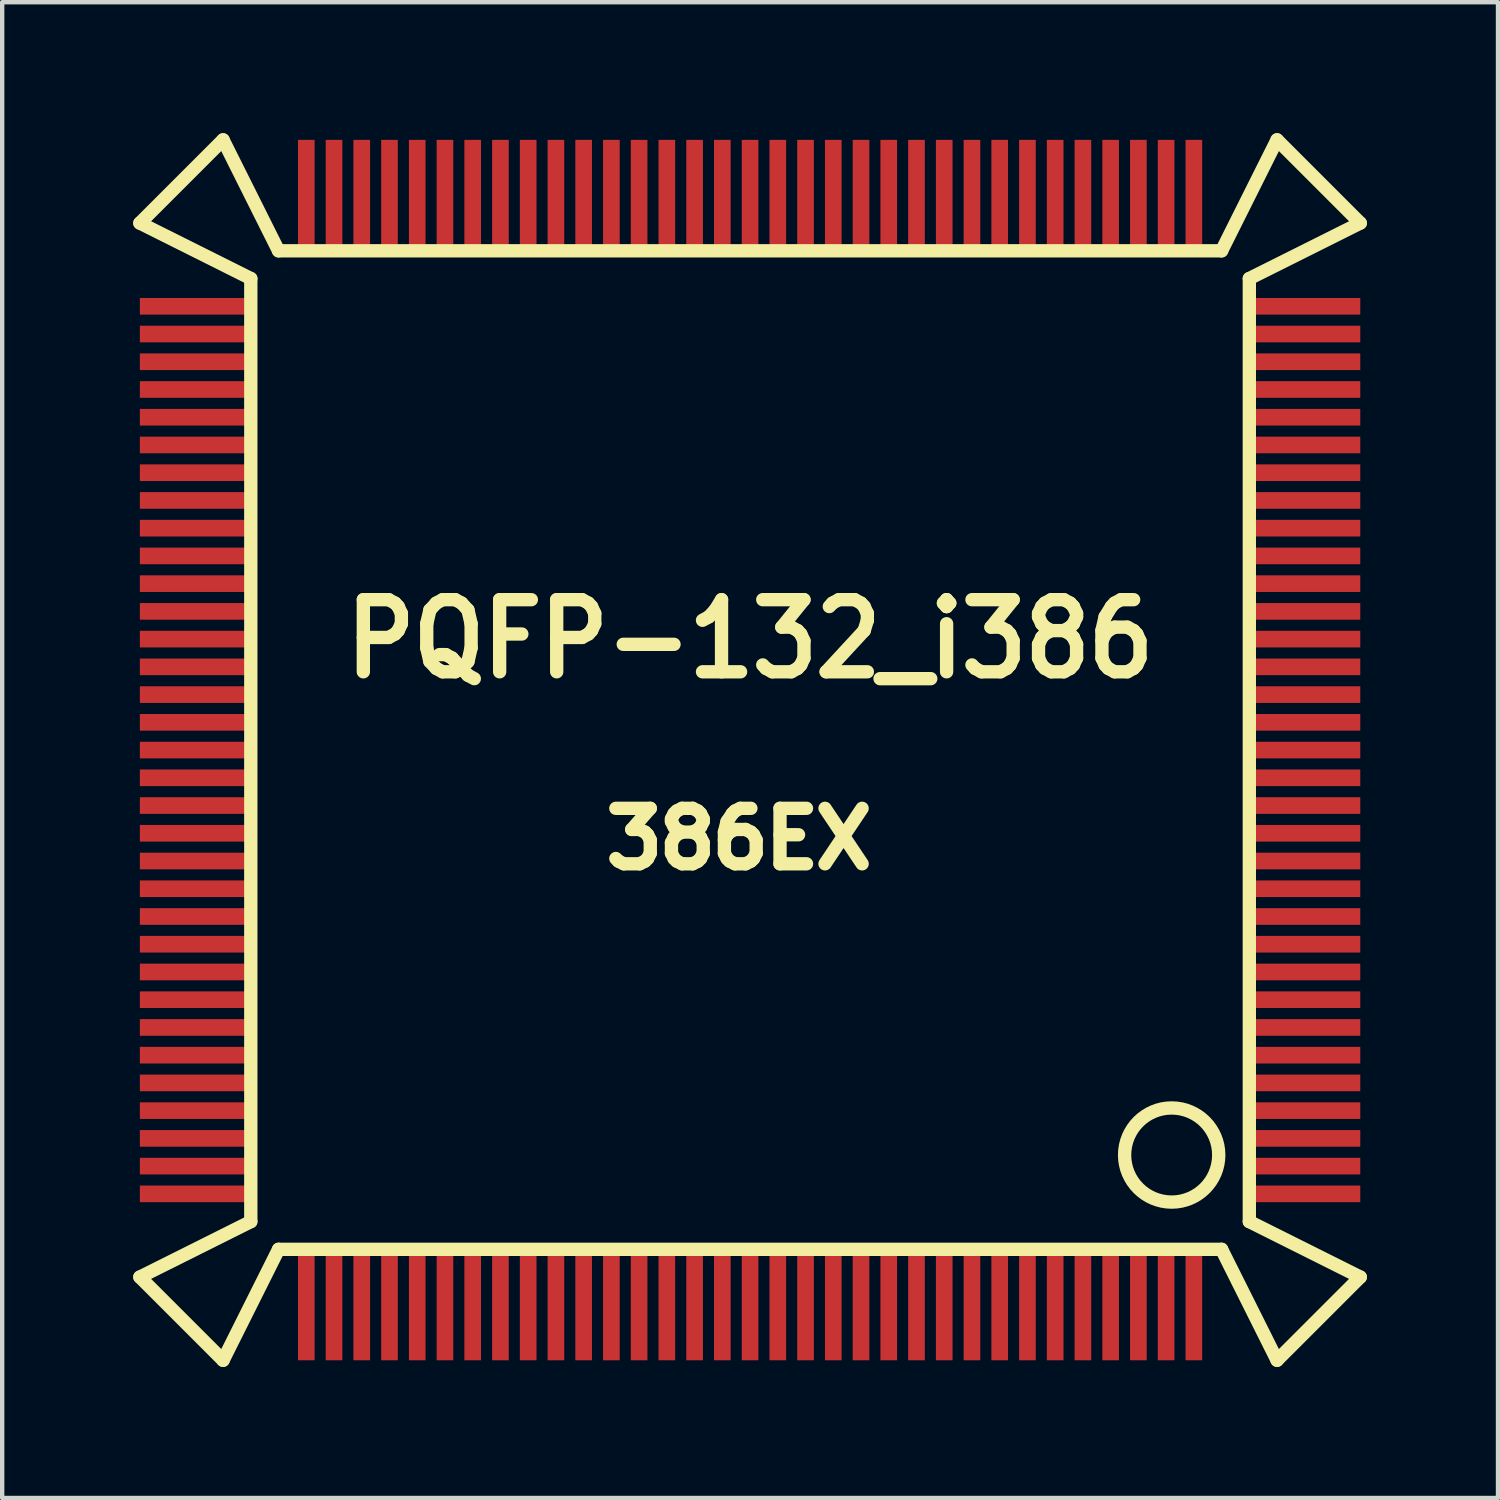
<source format=kicad_pcb>
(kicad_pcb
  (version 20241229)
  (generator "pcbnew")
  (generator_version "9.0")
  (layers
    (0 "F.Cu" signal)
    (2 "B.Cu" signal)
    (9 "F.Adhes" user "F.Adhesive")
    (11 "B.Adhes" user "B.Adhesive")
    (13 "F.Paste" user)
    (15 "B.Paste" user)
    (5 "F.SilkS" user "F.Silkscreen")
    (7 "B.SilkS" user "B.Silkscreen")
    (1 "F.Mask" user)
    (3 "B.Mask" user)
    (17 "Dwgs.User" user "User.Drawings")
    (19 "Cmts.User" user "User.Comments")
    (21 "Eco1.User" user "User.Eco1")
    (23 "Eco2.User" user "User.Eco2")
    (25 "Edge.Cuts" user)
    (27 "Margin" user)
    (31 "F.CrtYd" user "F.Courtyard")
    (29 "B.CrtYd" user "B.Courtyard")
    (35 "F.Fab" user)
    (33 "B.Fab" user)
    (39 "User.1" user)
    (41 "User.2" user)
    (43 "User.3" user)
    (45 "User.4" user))
  (footprint "PQFP-132_i386"
    (layer "F.Cu")
    (at 14.122 14.122)
    (property "Reference" "PQFP-132_i386" (at 0 -2.54 0) (layer "F.SilkS") (effects (font (size 1.651 1.524) (thickness 0.305))))
    (attr smd)
    (fp_line (start -13.97 -12.065) (end -11.43 -10.795) (stroke (width 0.305) (type solid)) (layer "F.SilkS"))
    (fp_line (start -13.97 12.065) (end -12.065 13.97) (stroke (width 0.305) (type solid)) (layer "F.SilkS"))
    (fp_line (start -12.065 -13.97) (end -13.97 -12.065) (stroke (width 0.305) (type solid)) (layer "F.SilkS"))
    (fp_line (start -12.065 13.97) (end -10.795 11.43) (stroke (width 0.305) (type solid)) (layer "F.SilkS"))
    (fp_line (start -11.43 -10.795) (end -11.43 10.795) (stroke (width 0.305) (type solid)) (layer "F.SilkS"))
    (fp_line (start -11.43 10.795) (end -13.97 12.065) (stroke (width 0.305) (type solid)) (layer "F.SilkS"))
    (fp_line (start -10.795 -11.43) (end -12.065 -13.97) (stroke (width 0.305) (type solid)) (layer "F.SilkS"))
    (fp_line (start -10.795 11.43) (end 10.795 11.43) (stroke (width 0.305) (type solid)) (layer "F.SilkS"))
    (fp_line (start 10.795 -11.43) (end -10.795 -11.43) (stroke (width 0.305) (type solid)) (layer "F.SilkS"))
    (fp_line (start 10.795 11.43) (end 12.065 13.97) (stroke (width 0.305) (type solid)) (layer "F.SilkS"))
    (fp_line (start 11.43 -10.795) (end 13.97 -12.065) (stroke (width 0.305) (type solid)) (layer "F.SilkS"))
    (fp_line (start 11.43 10.795) (end 11.43 -10.795) (stroke (width 0.305) (type solid)) (layer "F.SilkS"))
    (fp_line (start 12.065 -13.97) (end 10.795 -11.43) (stroke (width 0.305) (type solid)) (layer "F.SilkS"))
    (fp_line (start 12.065 13.97) (end 13.97 12.065) (stroke (width 0.305) (type solid)) (layer "F.SilkS"))
    (fp_line (start 13.97 -12.065) (end 12.065 -13.97) (stroke (width 0.305) (type solid)) (layer "F.SilkS"))
    (fp_line (start 13.97 12.065) (end 11.43 10.795) (stroke (width 0.305) (type solid)) (layer "F.SilkS"))
    (fp_circle (center 9.652 9.271) (end 10.414 10.033) (stroke (width 0.305) (type solid)) (fill no) (layer "F.SilkS"))
    (fp_text user "386EX" (at -0.254 2.032 0) (layer "F.SilkS") (effects (font (size 1.27 1.273) (thickness 0.305))))
    (pad "1" smd rect (at 12.7 10.16) (size 2.54 0.381) (layers "F.Cu" "F.Mask" "F.Paste"))
    (pad "2" smd rect (at 12.7 9.525) (size 2.54 0.381) (layers "F.Cu" "F.Mask" "F.Paste"))
    (pad "3" smd rect (at 12.7 8.89) (size 2.54 0.381) (layers "F.Cu" "F.Mask" "F.Paste"))
    (pad "4" smd rect (at 12.7 8.255) (size 2.54 0.381) (layers "F.Cu" "F.Mask" "F.Paste"))
    (pad "5" smd rect (at 12.7 7.62) (size 2.54 0.381) (layers "F.Cu" "F.Mask" "F.Paste"))
    (pad "6" smd rect (at 12.7 6.985) (size 2.54 0.381) (layers "F.Cu" "F.Mask" "F.Paste"))
    (pad "7" smd rect (at 12.7 6.35) (size 2.54 0.381) (layers "F.Cu" "F.Mask" "F.Paste"))
    (pad "8" smd rect (at 12.7 5.715) (size 2.54 0.381) (layers "F.Cu" "F.Mask" "F.Paste"))
    (pad "9" smd rect (at 12.7 5.08) (size 2.54 0.381) (layers "F.Cu" "F.Mask" "F.Paste"))
    (pad "10" smd rect (at 12.7 4.445) (size 2.54 0.381) (layers "F.Cu" "F.Mask" "F.Paste"))
    (pad "11" smd rect (at 12.7 3.81) (size 2.54 0.381) (layers "F.Cu" "F.Mask" "F.Paste"))
    (pad "12" smd rect (at 12.7 3.175) (size 2.54 0.381) (layers "F.Cu" "F.Mask" "F.Paste"))
    (pad "13" smd rect (at 12.7 2.54) (size 2.54 0.381) (layers "F.Cu" "F.Mask" "F.Paste"))
    (pad "14" smd rect (at 12.7 1.905) (size 2.54 0.381) (layers "F.Cu" "F.Mask" "F.Paste"))
    (pad "15" smd rect (at 12.7 1.27) (size 2.54 0.381) (layers "F.Cu" "F.Mask" "F.Paste"))
    (pad "16" smd rect (at 12.7 0.635) (size 2.54 0.381) (layers "F.Cu" "F.Mask" "F.Paste"))
    (pad "17" smd rect (at 12.7 0) (size 2.54 0.381) (layers "F.Cu" "F.Mask" "F.Paste"))
    (pad "18" smd rect (at 12.7 -0.635) (size 2.54 0.381) (layers "F.Cu" "F.Mask" "F.Paste"))
    (pad "19" smd rect (at 12.7 -1.27) (size 2.54 0.381) (layers "F.Cu" "F.Mask" "F.Paste"))
    (pad "20" smd rect (at 12.7 -1.905) (size 2.54 0.381) (layers "F.Cu" "F.Mask" "F.Paste"))
    (pad "21" smd rect (at 12.7 -2.54) (size 2.54 0.381) (layers "F.Cu" "F.Mask" "F.Paste"))
    (pad "22" smd rect (at 12.7 -3.175) (size 2.54 0.381) (layers "F.Cu" "F.Mask" "F.Paste"))
    (pad "23" smd rect (at 12.7 -3.81) (size 2.54 0.381) (layers "F.Cu" "F.Mask" "F.Paste"))
    (pad "24" smd rect (at 12.7 -4.445) (size 2.54 0.381) (layers "F.Cu" "F.Mask" "F.Paste"))
    (pad "25" smd rect (at 12.7 -5.08) (size 2.54 0.381) (layers "F.Cu" "F.Mask" "F.Paste"))
    (pad "26" smd rect (at 12.7 -5.715) (size 2.54 0.381) (layers "F.Cu" "F.Mask" "F.Paste"))
    (pad "27" smd rect (at 12.7 -6.35) (size 2.54 0.381) (layers "F.Cu" "F.Mask" "F.Paste"))
    (pad "28" smd rect (at 12.7 -6.985) (size 2.54 0.381) (layers "F.Cu" "F.Mask" "F.Paste"))
    (pad "29" smd rect (at 12.7 -7.62) (size 2.54 0.381) (layers "F.Cu" "F.Mask" "F.Paste"))
    (pad "30" smd rect (at 12.7 -8.255) (size 2.54 0.381) (layers "F.Cu" "F.Mask" "F.Paste"))
    (pad "31" smd rect (at 12.7 -8.89) (size 2.54 0.381) (layers "F.Cu" "F.Mask" "F.Paste"))
    (pad "32" smd rect (at 12.7 -9.525) (size 2.54 0.381) (layers "F.Cu" "F.Mask" "F.Paste"))
    (pad "33" smd rect (at 12.7 -10.16) (size 2.54 0.381) (layers "F.Cu" "F.Mask" "F.Paste"))
    (pad "34" smd rect (at 10.16 -12.7) (size 0.381 2.54) (layers "F.Cu" "F.Mask" "F.Paste"))
    (pad "35" smd rect (at 9.525 -12.7) (size 0.381 2.54) (layers "F.Cu" "F.Mask" "F.Paste"))
    (pad "36" smd rect (at 8.89 -12.7) (size 0.381 2.54) (layers "F.Cu" "F.Mask" "F.Paste"))
    (pad "37" smd rect (at 8.255 -12.7) (size 0.381 2.54) (layers "F.Cu" "F.Mask" "F.Paste"))
    (pad "38" smd rect (at 7.62 -12.7) (size 0.381 2.54) (layers "F.Cu" "F.Mask" "F.Paste"))
    (pad "39" smd rect (at 6.985 -12.7) (size 0.381 2.54) (layers "F.Cu" "F.Mask" "F.Paste"))
    (pad "40" smd rect (at 6.35 -12.7) (size 0.381 2.54) (layers "F.Cu" "F.Mask" "F.Paste"))
    (pad "41" smd rect (at 5.715 -12.7) (size 0.381 2.54) (layers "F.Cu" "F.Mask" "F.Paste"))
    (pad "42" smd rect (at 5.08 -12.7) (size 0.381 2.54) (layers "F.Cu" "F.Mask" "F.Paste"))
    (pad "43" smd rect (at 4.445 -12.7) (size 0.381 2.54) (layers "F.Cu" "F.Mask" "F.Paste"))
    (pad "44" smd rect (at 3.81 -12.7) (size 0.381 2.54) (layers "F.Cu" "F.Mask" "F.Paste"))
    (pad "45" smd rect (at 3.175 -12.7) (size 0.381 2.54) (layers "F.Cu" "F.Mask" "F.Paste"))
    (pad "46" smd rect (at 2.54 -12.7) (size 0.381 2.54) (layers "F.Cu" "F.Mask" "F.Paste"))
    (pad "47" smd rect (at 1.905 -12.7) (size 0.381 2.54) (layers "F.Cu" "F.Mask" "F.Paste"))
    (pad "48" smd rect (at 1.27 -12.7) (size 0.381 2.54) (layers "F.Cu" "F.Mask" "F.Paste"))
    (pad "49" smd rect (at 0.635 -12.7) (size 0.381 2.54) (layers "F.Cu" "F.Mask" "F.Paste"))
    (pad "50" smd rect (at 0 -12.7) (size 0.381 2.54) (layers "F.Cu" "F.Mask" "F.Paste"))
    (pad "51" smd rect (at -0.635 -12.7) (size 0.381 2.54) (layers "F.Cu" "F.Mask" "F.Paste"))
    (pad "52" smd rect (at -1.27 -12.7) (size 0.381 2.54) (layers "F.Cu" "F.Mask" "F.Paste"))
    (pad "53" smd rect (at -1.905 -12.7) (size 0.381 2.54) (layers "F.Cu" "F.Mask" "F.Paste"))
    (pad "54" smd rect (at -2.54 -12.7) (size 0.381 2.54) (layers "F.Cu" "F.Mask" "F.Paste"))
    (pad "55" smd rect (at -3.175 -12.7) (size 0.381 2.54) (layers "F.Cu" "F.Mask" "F.Paste"))
    (pad "56" smd rect (at -3.81 -12.7) (size 0.381 2.54) (layers "F.Cu" "F.Mask" "F.Paste"))
    (pad "57" smd rect (at -4.445 -12.7) (size 0.381 2.54) (layers "F.Cu" "F.Mask" "F.Paste"))
    (pad "58" smd rect (at -5.08 -12.7) (size 0.381 2.54) (layers "F.Cu" "F.Mask" "F.Paste"))
    (pad "59" smd rect (at -5.715 -12.7) (size 0.381 2.54) (layers "F.Cu" "F.Mask" "F.Paste"))
    (pad "60" smd rect (at -6.35 -12.7) (size 0.381 2.54) (layers "F.Cu" "F.Mask" "F.Paste"))
    (pad "61" smd rect (at -6.985 -12.7) (size 0.381 2.54) (layers "F.Cu" "F.Mask" "F.Paste"))
    (pad "62" smd rect (at -7.62 -12.7) (size 0.381 2.54) (layers "F.Cu" "F.Mask" "F.Paste"))
    (pad "63" smd rect (at -8.255 -12.7) (size 0.381 2.54) (layers "F.Cu" "F.Mask" "F.Paste"))
    (pad "64" smd rect (at -8.89 -12.7) (size 0.381 2.54) (layers "F.Cu" "F.Mask" "F.Paste"))
    (pad "65" smd rect (at -9.525 -12.7) (size 0.381 2.54) (layers "F.Cu" "F.Mask" "F.Paste"))
    (pad "66" smd rect (at -10.16 -12.7) (size 0.381 2.54) (layers "F.Cu" "F.Mask" "F.Paste"))
    (pad "67" smd rect (at -12.7 -10.16) (size 2.54 0.381) (layers "F.Cu" "F.Mask" "F.Paste"))
    (pad "68" smd rect (at -12.7 -9.525) (size 2.54 0.381) (layers "F.Cu" "F.Mask" "F.Paste"))
    (pad "69" smd rect (at -12.7 -8.89) (size 2.54 0.381) (layers "F.Cu" "F.Mask" "F.Paste"))
    (pad "70" smd rect (at -12.7 -8.255) (size 2.54 0.381) (layers "F.Cu" "F.Mask" "F.Paste"))
    (pad "71" smd rect (at -12.7 -7.62) (size 2.54 0.381) (layers "F.Cu" "F.Mask" "F.Paste"))
    (pad "72" smd rect (at -12.7 -6.985) (size 2.54 0.381) (layers "F.Cu" "F.Mask" "F.Paste"))
    (pad "73" smd rect (at -12.7 -6.35) (size 2.54 0.381) (layers "F.Cu" "F.Mask" "F.Paste"))
    (pad "74" smd rect (at -12.7 -5.715) (size 2.54 0.381) (layers "F.Cu" "F.Mask" "F.Paste"))
    (pad "75" smd rect (at -12.7 -5.08) (size 2.54 0.381) (layers "F.Cu" "F.Mask" "F.Paste"))
    (pad "76" smd rect (at -12.7 -4.445) (size 2.54 0.381) (layers "F.Cu" "F.Mask" "F.Paste"))
    (pad "77" smd rect (at -12.7 -3.81) (size 2.54 0.381) (layers "F.Cu" "F.Mask" "F.Paste"))
    (pad "78" smd rect (at -12.7 -3.175) (size 2.54 0.381) (layers "F.Cu" "F.Mask" "F.Paste"))
    (pad "79" smd rect (at -12.7 -2.54) (size 2.54 0.381) (layers "F.Cu" "F.Mask" "F.Paste"))
    (pad "80" smd rect (at -12.7 -1.905) (size 2.54 0.381) (layers "F.Cu" "F.Mask" "F.Paste"))
    (pad "81" smd rect (at -12.7 -1.27) (size 2.54 0.381) (layers "F.Cu" "F.Mask" "F.Paste"))
    (pad "82" smd rect (at -12.7 -0.635) (size 2.54 0.381) (layers "F.Cu" "F.Mask" "F.Paste"))
    (pad "83" smd rect (at -12.7 0) (size 2.54 0.381) (layers "F.Cu" "F.Mask" "F.Paste"))
    (pad "84" smd rect (at -12.7 0.635) (size 2.54 0.381) (layers "F.Cu" "F.Mask" "F.Paste"))
    (pad "85" smd rect (at -12.7 1.27) (size 2.54 0.381) (layers "F.Cu" "F.Mask" "F.Paste"))
    (pad "86" smd rect (at -12.7 1.905) (size 2.54 0.381) (layers "F.Cu" "F.Mask" "F.Paste"))
    (pad "87" smd rect (at -12.7 2.54) (size 2.54 0.381) (layers "F.Cu" "F.Mask" "F.Paste"))
    (pad "88" smd rect (at -12.7 3.175) (size 2.54 0.381) (layers "F.Cu" "F.Mask" "F.Paste"))
    (pad "89" smd rect (at -12.7 3.81) (size 2.54 0.381) (layers "F.Cu" "F.Mask" "F.Paste"))
    (pad "90" smd rect (at -12.7 4.445) (size 2.54 0.381) (layers "F.Cu" "F.Mask" "F.Paste"))
    (pad "91" smd rect (at -12.7 5.08) (size 2.54 0.381) (layers "F.Cu" "F.Mask" "F.Paste"))
    (pad "92" smd rect (at -12.7 5.715) (size 2.54 0.381) (layers "F.Cu" "F.Mask" "F.Paste"))
    (pad "93" smd rect (at -12.7 6.35) (size 2.54 0.381) (layers "F.Cu" "F.Mask" "F.Paste"))
    (pad "94" smd rect (at -12.7 6.985) (size 2.54 0.381) (layers "F.Cu" "F.Mask" "F.Paste"))
    (pad "95" smd rect (at -12.7 7.62) (size 2.54 0.381) (layers "F.Cu" "F.Mask" "F.Paste"))
    (pad "96" smd rect (at -12.7 8.255) (size 2.54 0.381) (layers "F.Cu" "F.Mask" "F.Paste"))
    (pad "97" smd rect (at -12.7 8.89) (size 2.54 0.381) (layers "F.Cu" "F.Mask" "F.Paste"))
    (pad "98" smd rect (at -12.7 9.525) (size 2.54 0.381) (layers "F.Cu" "F.Mask" "F.Paste"))
    (pad "99" smd rect (at -12.7 10.16) (size 2.54 0.381) (layers "F.Cu" "F.Mask" "F.Paste"))
    (pad "100" smd rect (at -10.16 12.7) (size 0.381 2.54) (layers "F.Cu" "F.Mask" "F.Paste"))
    (pad "101" smd rect (at -9.525 12.7) (size 0.381 2.54) (layers "F.Cu" "F.Mask" "F.Paste"))
    (pad "102" smd rect (at -8.89 12.7) (size 0.381 2.54) (layers "F.Cu" "F.Mask" "F.Paste"))
    (pad "103" smd rect (at -8.255 12.7) (size 0.381 2.54) (layers "F.Cu" "F.Mask" "F.Paste"))
    (pad "104" smd rect (at -7.62 12.7) (size 0.381 2.54) (layers "F.Cu" "F.Mask" "F.Paste"))
    (pad "105" smd rect (at -6.985 12.7) (size 0.381 2.54) (layers "F.Cu" "F.Mask" "F.Paste"))
    (pad "106" smd rect (at -6.35 12.7) (size 0.381 2.54) (layers "F.Cu" "F.Mask" "F.Paste"))
    (pad "107" smd rect (at -5.715 12.7) (size 0.381 2.54) (layers "F.Cu" "F.Mask" "F.Paste"))
    (pad "108" smd rect (at -5.08 12.7) (size 0.381 2.54) (layers "F.Cu" "F.Mask" "F.Paste"))
    (pad "109" smd rect (at -4.445 12.7) (size 0.381 2.54) (layers "F.Cu" "F.Mask" "F.Paste"))
    (pad "110" smd rect (at -3.81 12.7) (size 0.381 2.54) (layers "F.Cu" "F.Mask" "F.Paste"))
    (pad "111" smd rect (at -3.175 12.7) (size 0.381 2.54) (layers "F.Cu" "F.Mask" "F.Paste"))
    (pad "112" smd rect (at -2.54 12.7) (size 0.381 2.54) (layers "F.Cu" "F.Mask" "F.Paste"))
    (pad "113" smd rect (at -1.905 12.7) (size 0.381 2.54) (layers "F.Cu" "F.Mask" "F.Paste"))
    (pad "114" smd rect (at -1.27 12.7) (size 0.381 2.54) (layers "F.Cu" "F.Mask" "F.Paste"))
    (pad "115" smd rect (at -0.635 12.7) (size 0.381 2.54) (layers "F.Cu" "F.Mask" "F.Paste"))
    (pad "116" smd rect (at 0 12.7) (size 0.381 2.54) (layers "F.Cu" "F.Mask" "F.Paste"))
    (pad "117" smd rect (at 0.635 12.7) (size 0.381 2.54) (layers "F.Cu" "F.Mask" "F.Paste"))
    (pad "118" smd rect (at 1.27 12.7) (size 0.381 2.54) (layers "F.Cu" "F.Mask" "F.Paste"))
    (pad "119" smd rect (at 1.905 12.7) (size 0.381 2.54) (layers "F.Cu" "F.Mask" "F.Paste"))
    (pad "120" smd rect (at 2.54 12.7) (size 0.381 2.54) (layers "F.Cu" "F.Mask" "F.Paste"))
    (pad "121" smd rect (at 3.175 12.7) (size 0.381 2.54) (layers "F.Cu" "F.Mask" "F.Paste"))
    (pad "122" smd rect (at 3.81 12.7) (size 0.381 2.54) (layers "F.Cu" "F.Mask" "F.Paste"))
    (pad "123" smd rect (at 4.445 12.7) (size 0.381 2.54) (layers "F.Cu" "F.Mask" "F.Paste"))
    (pad "124" smd rect (at 5.08 12.7) (size 0.381 2.54) (layers "F.Cu" "F.Mask" "F.Paste"))
    (pad "125" smd rect (at 5.715 12.7) (size 0.381 2.54) (layers "F.Cu" "F.Mask" "F.Paste"))
    (pad "126" smd rect (at 6.35 12.7) (size 0.381 2.54) (layers "F.Cu" "F.Mask" "F.Paste"))
    (pad "127" smd rect (at 6.985 12.7) (size 0.381 2.54) (layers "F.Cu" "F.Mask" "F.Paste"))
    (pad "128" smd rect (at 7.62 12.7) (size 0.381 2.54) (layers "F.Cu" "F.Mask" "F.Paste"))
    (pad "129" smd rect (at 8.255 12.7) (size 0.381 2.54) (layers "F.Cu" "F.Mask" "F.Paste"))
    (pad "130" smd rect (at 8.89 12.7) (size 0.381 2.54) (layers "F.Cu" "F.Mask" "F.Paste"))
    (pad "131" smd rect (at 9.525 12.7) (size 0.381 2.54) (layers "F.Cu" "F.Mask" "F.Paste"))
    (pad "132" smd rect (at 10.16 12.7) (size 0.381 2.54) (layers "F.Cu" "F.Mask" "F.Paste")))
  (gr_rect
    (start -3 -3)
    (end 31.245 31.245)
    (stroke (width 0.1) (type default))
    (fill no)
    (layer "Edge.Cuts")))
</source>
